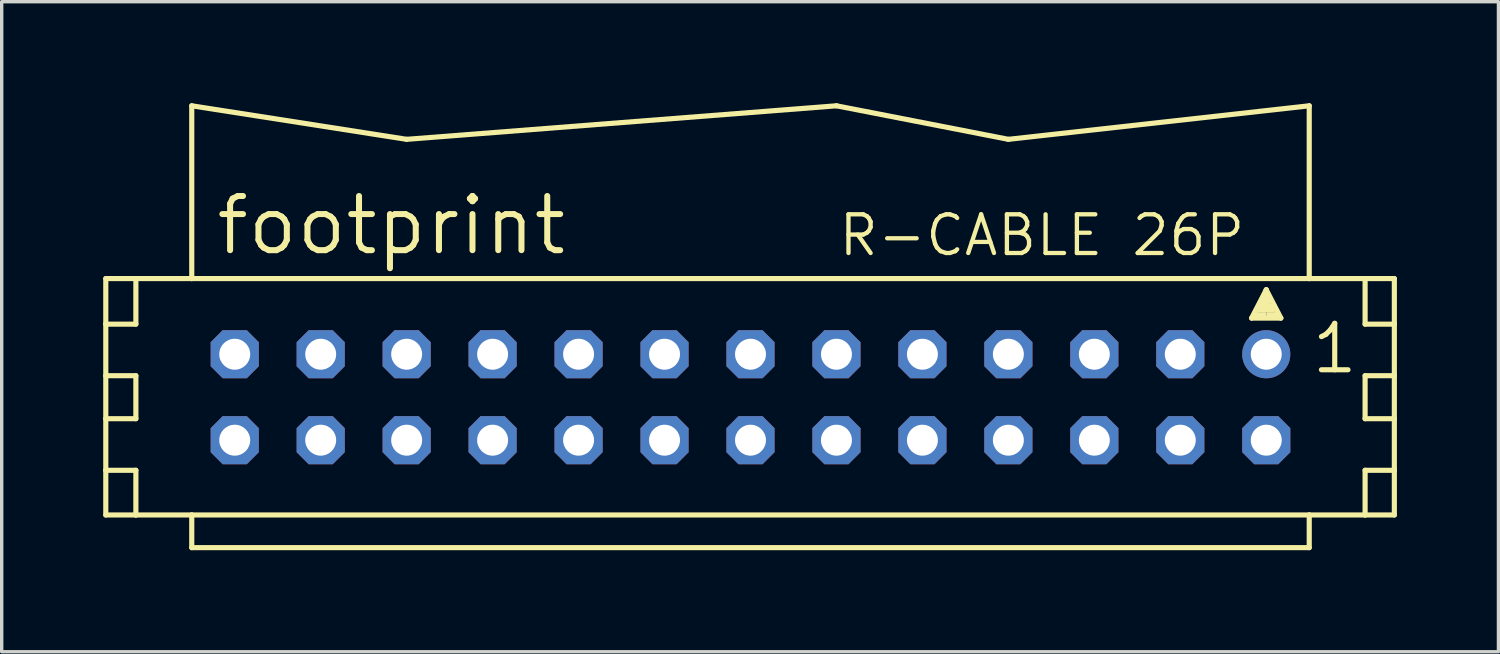
<source format=kicad_pcb>
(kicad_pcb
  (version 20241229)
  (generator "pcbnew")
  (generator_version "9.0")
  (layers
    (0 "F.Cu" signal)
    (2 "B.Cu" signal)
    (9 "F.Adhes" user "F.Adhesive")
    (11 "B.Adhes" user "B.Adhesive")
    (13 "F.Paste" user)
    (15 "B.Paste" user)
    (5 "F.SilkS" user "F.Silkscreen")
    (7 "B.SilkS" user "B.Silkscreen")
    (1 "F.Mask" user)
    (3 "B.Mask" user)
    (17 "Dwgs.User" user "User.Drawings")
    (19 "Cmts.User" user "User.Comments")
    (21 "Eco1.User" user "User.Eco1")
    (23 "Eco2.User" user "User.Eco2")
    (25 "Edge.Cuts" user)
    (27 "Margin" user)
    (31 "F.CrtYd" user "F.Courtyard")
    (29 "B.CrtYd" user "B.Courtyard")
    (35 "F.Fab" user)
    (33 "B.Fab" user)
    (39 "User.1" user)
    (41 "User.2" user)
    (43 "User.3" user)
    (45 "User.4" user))
  (footprint "footprint"
    (layer "F.Cu")
    (at 19.126 8.687)
    (property "Reference" "footprint" (at -15.875 -4.14 0) (layer "F.SilkS") (effects (font (size 1.6 1.6) (thickness 0.178)) (justify left bottom)))
    (fp_line (start -19.05 -3.505) (end -19.05 -2.159) (stroke (width 0.152) (type solid)) (layer "F.SilkS"))
    (fp_line (start -19.05 -2.159) (end -19.05 -0.635) (stroke (width 0.152) (type solid)) (layer "F.SilkS"))
    (fp_line (start -19.05 -2.159) (end -18.161 -2.159) (stroke (width 0.152) (type solid)) (layer "F.SilkS"))
    (fp_line (start -19.05 -0.635) (end -19.05 0.635) (stroke (width 0.152) (type solid)) (layer "F.SilkS"))
    (fp_line (start -19.05 -0.635) (end -18.161 -0.635) (stroke (width 0.152) (type solid)) (layer "F.SilkS"))
    (fp_line (start -19.05 0.635) (end -19.05 2.159) (stroke (width 0.152) (type solid)) (layer "F.SilkS"))
    (fp_line (start -19.05 0.635) (end -18.161 0.635) (stroke (width 0.152) (type solid)) (layer "F.SilkS"))
    (fp_line (start -19.05 2.159) (end -19.05 3.48) (stroke (width 0.152) (type solid)) (layer "F.SilkS"))
    (fp_line (start -19.05 2.159) (end -18.161 2.159) (stroke (width 0.152) (type solid)) (layer "F.SilkS"))
    (fp_line (start -19.05 3.48) (end -18.161 3.48) (stroke (width 0.152) (type solid)) (layer "F.SilkS"))
    (fp_line (start -18.161 -3.505) (end -19.05 -3.505) (stroke (width 0.152) (type solid)) (layer "F.SilkS"))
    (fp_line (start -18.161 -3.505) (end -18.161 -2.159) (stroke (width 0.152) (type solid)) (layer "F.SilkS"))
    (fp_line (start -18.161 -0.635) (end -18.161 0.635) (stroke (width 0.152) (type solid)) (layer "F.SilkS"))
    (fp_line (start -18.161 2.159) (end -18.161 3.48) (stroke (width 0.152) (type solid)) (layer "F.SilkS"))
    (fp_line (start -18.161 3.48) (end -16.51 3.48) (stroke (width 0.152) (type solid)) (layer "F.SilkS"))
    (fp_line (start -16.51 -3.505) (end -18.161 -3.505) (stroke (width 0.152) (type solid)) (layer "F.SilkS"))
    (fp_line (start -16.51 -3.505) (end -16.51 -8.611) (stroke (width 0.152) (type solid)) (layer "F.SilkS"))
    (fp_line (start -16.51 3.48) (end -16.51 4.445) (stroke (width 0.152) (type solid)) (layer "F.SilkS"))
    (fp_line (start -16.51 3.48) (end 16.51 3.48) (stroke (width 0.152) (type solid)) (layer "F.SilkS"))
    (fp_line (start -10.16 -7.62) (end -16.51 -8.611) (stroke (width 0.152) (type solid)) (layer "F.SilkS"))
    (fp_line (start -10.16 -7.62) (end 2.54 -8.611) (stroke (width 0.152) (type solid)) (layer "F.SilkS"))
    (fp_line (start 7.62 -7.62) (end 2.54 -8.611) (stroke (width 0.152) (type solid)) (layer "F.SilkS"))
    (fp_line (start 7.62 -7.62) (end 16.51 -8.611) (stroke (width 0.152) (type solid)) (layer "F.SilkS"))
    (fp_line (start 14.808 -2.337) (end 15.24 -3.175) (stroke (width 0.152) (type solid)) (layer "F.SilkS"))
    (fp_line (start 15.24 -3.175) (end 15.24 -2.921) (stroke (width 0.152) (type solid)) (layer "F.SilkS"))
    (fp_line (start 15.24 -3.175) (end 15.672 -2.337) (stroke (width 0.152) (type solid)) (layer "F.SilkS"))
    (fp_line (start 15.672 -2.337) (end 14.808 -2.337) (stroke (width 0.152) (type solid)) (layer "F.SilkS"))
    (fp_line (start 16.51 -3.505) (end -16.51 -3.505) (stroke (width 0.152) (type solid)) (layer "F.SilkS"))
    (fp_line (start 16.51 -3.505) (end 16.51 -8.611) (stroke (width 0.152) (type solid)) (layer "F.SilkS"))
    (fp_line (start 16.51 3.48) (end 16.51 4.445) (stroke (width 0.152) (type solid)) (layer "F.SilkS"))
    (fp_line (start 16.51 3.48) (end 18.161 3.48) (stroke (width 0.152) (type solid)) (layer "F.SilkS"))
    (fp_line (start 16.51 4.445) (end -16.51 4.445) (stroke (width 0.152) (type solid)) (layer "F.SilkS"))
    (fp_line (start 18.161 -3.505) (end 16.51 -3.505) (stroke (width 0.152) (type solid)) (layer "F.SilkS"))
    (fp_line (start 18.161 -3.505) (end 18.161 -2.159) (stroke (width 0.152) (type solid)) (layer "F.SilkS"))
    (fp_line (start 18.161 -2.159) (end 19.025 -2.159) (stroke (width 0.152) (type solid)) (layer "F.SilkS"))
    (fp_line (start 18.161 -0.635) (end 18.161 0.635) (stroke (width 0.152) (type solid)) (layer "F.SilkS"))
    (fp_line (start 18.161 -0.635) (end 19.025 -0.635) (stroke (width 0.152) (type solid)) (layer "F.SilkS"))
    (fp_line (start 18.161 0.635) (end 19.025 0.635) (stroke (width 0.152) (type solid)) (layer "F.SilkS"))
    (fp_line (start 18.161 2.159) (end 18.161 3.48) (stroke (width 0.152) (type solid)) (layer "F.SilkS"))
    (fp_line (start 18.161 2.159) (end 19.025 2.159) (stroke (width 0.152) (type solid)) (layer "F.SilkS"))
    (fp_line (start 18.161 3.48) (end 19.025 3.48) (stroke (width 0.152) (type solid)) (layer "F.SilkS"))
    (fp_line (start 19.025 -3.505) (end 18.161 -3.505) (stroke (width 0.152) (type solid)) (layer "F.SilkS"))
    (fp_line (start 19.025 -2.159) (end 19.025 -3.505) (stroke (width 0.152) (type solid)) (layer "F.SilkS"))
    (fp_line (start 19.025 -0.635) (end 19.025 -2.159) (stroke (width 0.152) (type solid)) (layer "F.SilkS"))
    (fp_line (start 19.025 0.635) (end 19.025 -0.635) (stroke (width 0.152) (type solid)) (layer "F.SilkS"))
    (fp_line (start 19.025 2.159) (end 19.025 0.635) (stroke (width 0.152) (type solid)) (layer "F.SilkS"))
    (fp_line (start 19.025 3.48) (end 19.025 2.159) (stroke (width 0.152) (type solid)) (layer "F.SilkS"))
    (fp_poly (pts (xy 14.859 -2.388) (xy 15.24 -2.388) (xy 15.24 -2.515) (xy 14.859 -2.515)) (stroke (width 0) (type solid)) (fill yes) (layer "F.SilkS"))
    (fp_poly (pts (xy 14.986 -2.515) (xy 15.494 -2.515) (xy 15.494 -2.769) (xy 14.986 -2.769)) (stroke (width 0) (type solid)) (fill yes) (layer "F.SilkS"))
    (fp_poly (pts (xy 15.113 -2.718) (xy 15.367 -2.718) (xy 15.367 -2.972) (xy 15.113 -2.972)) (stroke (width 0) (type solid)) (fill yes) (layer "F.SilkS"))
    (fp_poly (pts (xy 15.24 -2.388) (xy 15.621 -2.388) (xy 15.621 -2.515) (xy 15.24 -2.515)) (stroke (width 0) (type solid)) (fill yes) (layer "F.SilkS"))
    (fp_text user "R-CABLE 26P" (at 2.54 -4.115 0) (layer "F.SilkS") (effects (font (size 1.143 1.143) (thickness 0.127)) (justify left bottom)))
    (fp_text user "1" (at 16.51 -0.635 0) (layer "F.SilkS") (effects (font (size 1.372 1.372) (thickness 0.152)) (justify left bottom)))
    (pad "1" thru_hole circle (at 15.24 -1.27) (size 1.422 1.422) (drill 0.914) (layers "*.Cu" "*.Mask"))
    (pad "2" thru_hole roundrect (at 15.24 1.27) (size 1.422 1.422) (drill 0.914) (layers "*.Cu" "*.Mask") (roundrect_rratio 0.25) (chamfer_ratio 0.25) (chamfer top_left top_right bottom_left bottom_right))
    (pad "3" thru_hole roundrect (at 12.7 -1.27) (size 1.422 1.422) (drill 0.914) (layers "*.Cu" "*.Mask") (roundrect_rratio 0.25) (chamfer_ratio 0.25) (chamfer top_left top_right bottom_left bottom_right))
    (pad "4" thru_hole roundrect (at 12.7 1.27) (size 1.422 1.422) (drill 0.914) (layers "*.Cu" "*.Mask") (roundrect_rratio 0.25) (chamfer_ratio 0.25) (chamfer top_left top_right bottom_left bottom_right))
    (pad "5" thru_hole roundrect (at 10.16 -1.27) (size 1.422 1.422) (drill 0.914) (layers "*.Cu" "*.Mask") (roundrect_rratio 0.25) (chamfer_ratio 0.25) (chamfer top_left top_right bottom_left bottom_right))
    (pad "6" thru_hole roundrect (at 10.16 1.27) (size 1.422 1.422) (drill 0.914) (layers "*.Cu" "*.Mask") (roundrect_rratio 0.25) (chamfer_ratio 0.25) (chamfer top_left top_right bottom_left bottom_right))
    (pad "7" thru_hole roundrect (at 7.62 -1.27) (size 1.422 1.422) (drill 0.914) (layers "*.Cu" "*.Mask") (roundrect_rratio 0.25) (chamfer_ratio 0.25) (chamfer top_left top_right bottom_left bottom_right))
    (pad "8" thru_hole roundrect (at 7.62 1.27) (size 1.422 1.422) (drill 0.914) (layers "*.Cu" "*.Mask") (roundrect_rratio 0.25) (chamfer_ratio 0.25) (chamfer top_left top_right bottom_left bottom_right))
    (pad "9" thru_hole roundrect (at 5.08 -1.27) (size 1.422 1.422) (drill 0.914) (layers "*.Cu" "*.Mask") (roundrect_rratio 0.25) (chamfer_ratio 0.25) (chamfer top_left top_right bottom_left bottom_right))
    (pad "10" thru_hole roundrect (at 5.08 1.27) (size 1.422 1.422) (drill 0.914) (layers "*.Cu" "*.Mask") (roundrect_rratio 0.25) (chamfer_ratio 0.25) (chamfer top_left top_right bottom_left bottom_right))
    (pad "11" thru_hole roundrect (at 2.54 -1.27) (size 1.422 1.422) (drill 0.914) (layers "*.Cu" "*.Mask") (roundrect_rratio 0.25) (chamfer_ratio 0.25) (chamfer top_left top_right bottom_left bottom_right))
    (pad "12" thru_hole roundrect (at 2.54 1.27) (size 1.422 1.422) (drill 0.914) (layers "*.Cu" "*.Mask") (roundrect_rratio 0.25) (chamfer_ratio 0.25) (chamfer top_left top_right bottom_left bottom_right))
    (pad "13" thru_hole roundrect (at 0 -1.27) (size 1.422 1.422) (drill 0.914) (layers "*.Cu" "*.Mask") (roundrect_rratio 0.25) (chamfer_ratio 0.25) (chamfer top_left top_right bottom_left bottom_right))
    (pad "14" thru_hole roundrect (at 0 1.27) (size 1.422 1.422) (drill 0.914) (layers "*.Cu" "*.Mask") (roundrect_rratio 0.25) (chamfer_ratio 0.25) (chamfer top_left top_right bottom_left bottom_right))
    (pad "15" thru_hole roundrect (at -2.54 -1.27) (size 1.422 1.422) (drill 0.914) (layers "*.Cu" "*.Mask") (roundrect_rratio 0.25) (chamfer_ratio 0.25) (chamfer top_left top_right bottom_left bottom_right))
    (pad "16" thru_hole roundrect (at -2.54 1.27) (size 1.422 1.422) (drill 0.914) (layers "*.Cu" "*.Mask") (roundrect_rratio 0.25) (chamfer_ratio 0.25) (chamfer top_left top_right bottom_left bottom_right))
    (pad "17" thru_hole roundrect (at -5.08 -1.27) (size 1.422 1.422) (drill 0.914) (layers "*.Cu" "*.Mask") (roundrect_rratio 0.25) (chamfer_ratio 0.25) (chamfer top_left top_right bottom_left bottom_right))
    (pad "18" thru_hole roundrect (at -5.08 1.27) (size 1.422 1.422) (drill 0.914) (layers "*.Cu" "*.Mask") (roundrect_rratio 0.25) (chamfer_ratio 0.25) (chamfer top_left top_right bottom_left bottom_right))
    (pad "19" thru_hole roundrect (at -7.62 -1.27) (size 1.422 1.422) (drill 0.914) (layers "*.Cu" "*.Mask") (roundrect_rratio 0.25) (chamfer_ratio 0.25) (chamfer top_left top_right bottom_left bottom_right))
    (pad "20" thru_hole roundrect (at -7.62 1.27) (size 1.422 1.422) (drill 0.914) (layers "*.Cu" "*.Mask") (roundrect_rratio 0.25) (chamfer_ratio 0.25) (chamfer top_left top_right bottom_left bottom_right))
    (pad "21" thru_hole roundrect (at -10.16 -1.27) (size 1.422 1.422) (drill 0.914) (layers "*.Cu" "*.Mask") (roundrect_rratio 0.25) (chamfer_ratio 0.25) (chamfer top_left top_right bottom_left bottom_right))
    (pad "22" thru_hole roundrect (at -10.16 1.27) (size 1.422 1.422) (drill 0.914) (layers "*.Cu" "*.Mask") (roundrect_rratio 0.25) (chamfer_ratio 0.25) (chamfer top_left top_right bottom_left bottom_right))
    (pad "23" thru_hole roundrect (at -12.7 -1.27) (size 1.422 1.422) (drill 0.914) (layers "*.Cu" "*.Mask") (roundrect_rratio 0.25) (chamfer_ratio 0.25) (chamfer top_left top_right bottom_left bottom_right))
    (pad "24" thru_hole roundrect (at -12.7 1.27) (size 1.422 1.422) (drill 0.914) (layers "*.Cu" "*.Mask") (roundrect_rratio 0.25) (chamfer_ratio 0.25) (chamfer top_left top_right bottom_left bottom_right))
    (pad "25" thru_hole roundrect (at -15.24 -1.27) (size 1.422 1.422) (drill 0.914) (layers "*.Cu" "*.Mask") (roundrect_rratio 0.25) (chamfer_ratio 0.25) (chamfer top_left top_right bottom_left bottom_right))
    (pad "26" thru_hole roundrect (at -15.24 1.27) (size 1.422 1.422) (drill 0.914) (layers "*.Cu" "*.Mask") (roundrect_rratio 0.25) (chamfer_ratio 0.25) (chamfer top_left top_right bottom_left bottom_right)))
  (gr_rect
    (start -3 -3)
    (end 41.227 16.208)
    (stroke (width 0.1) (type default))
    (fill no)
    (layer "Edge.Cuts")))
</source>
